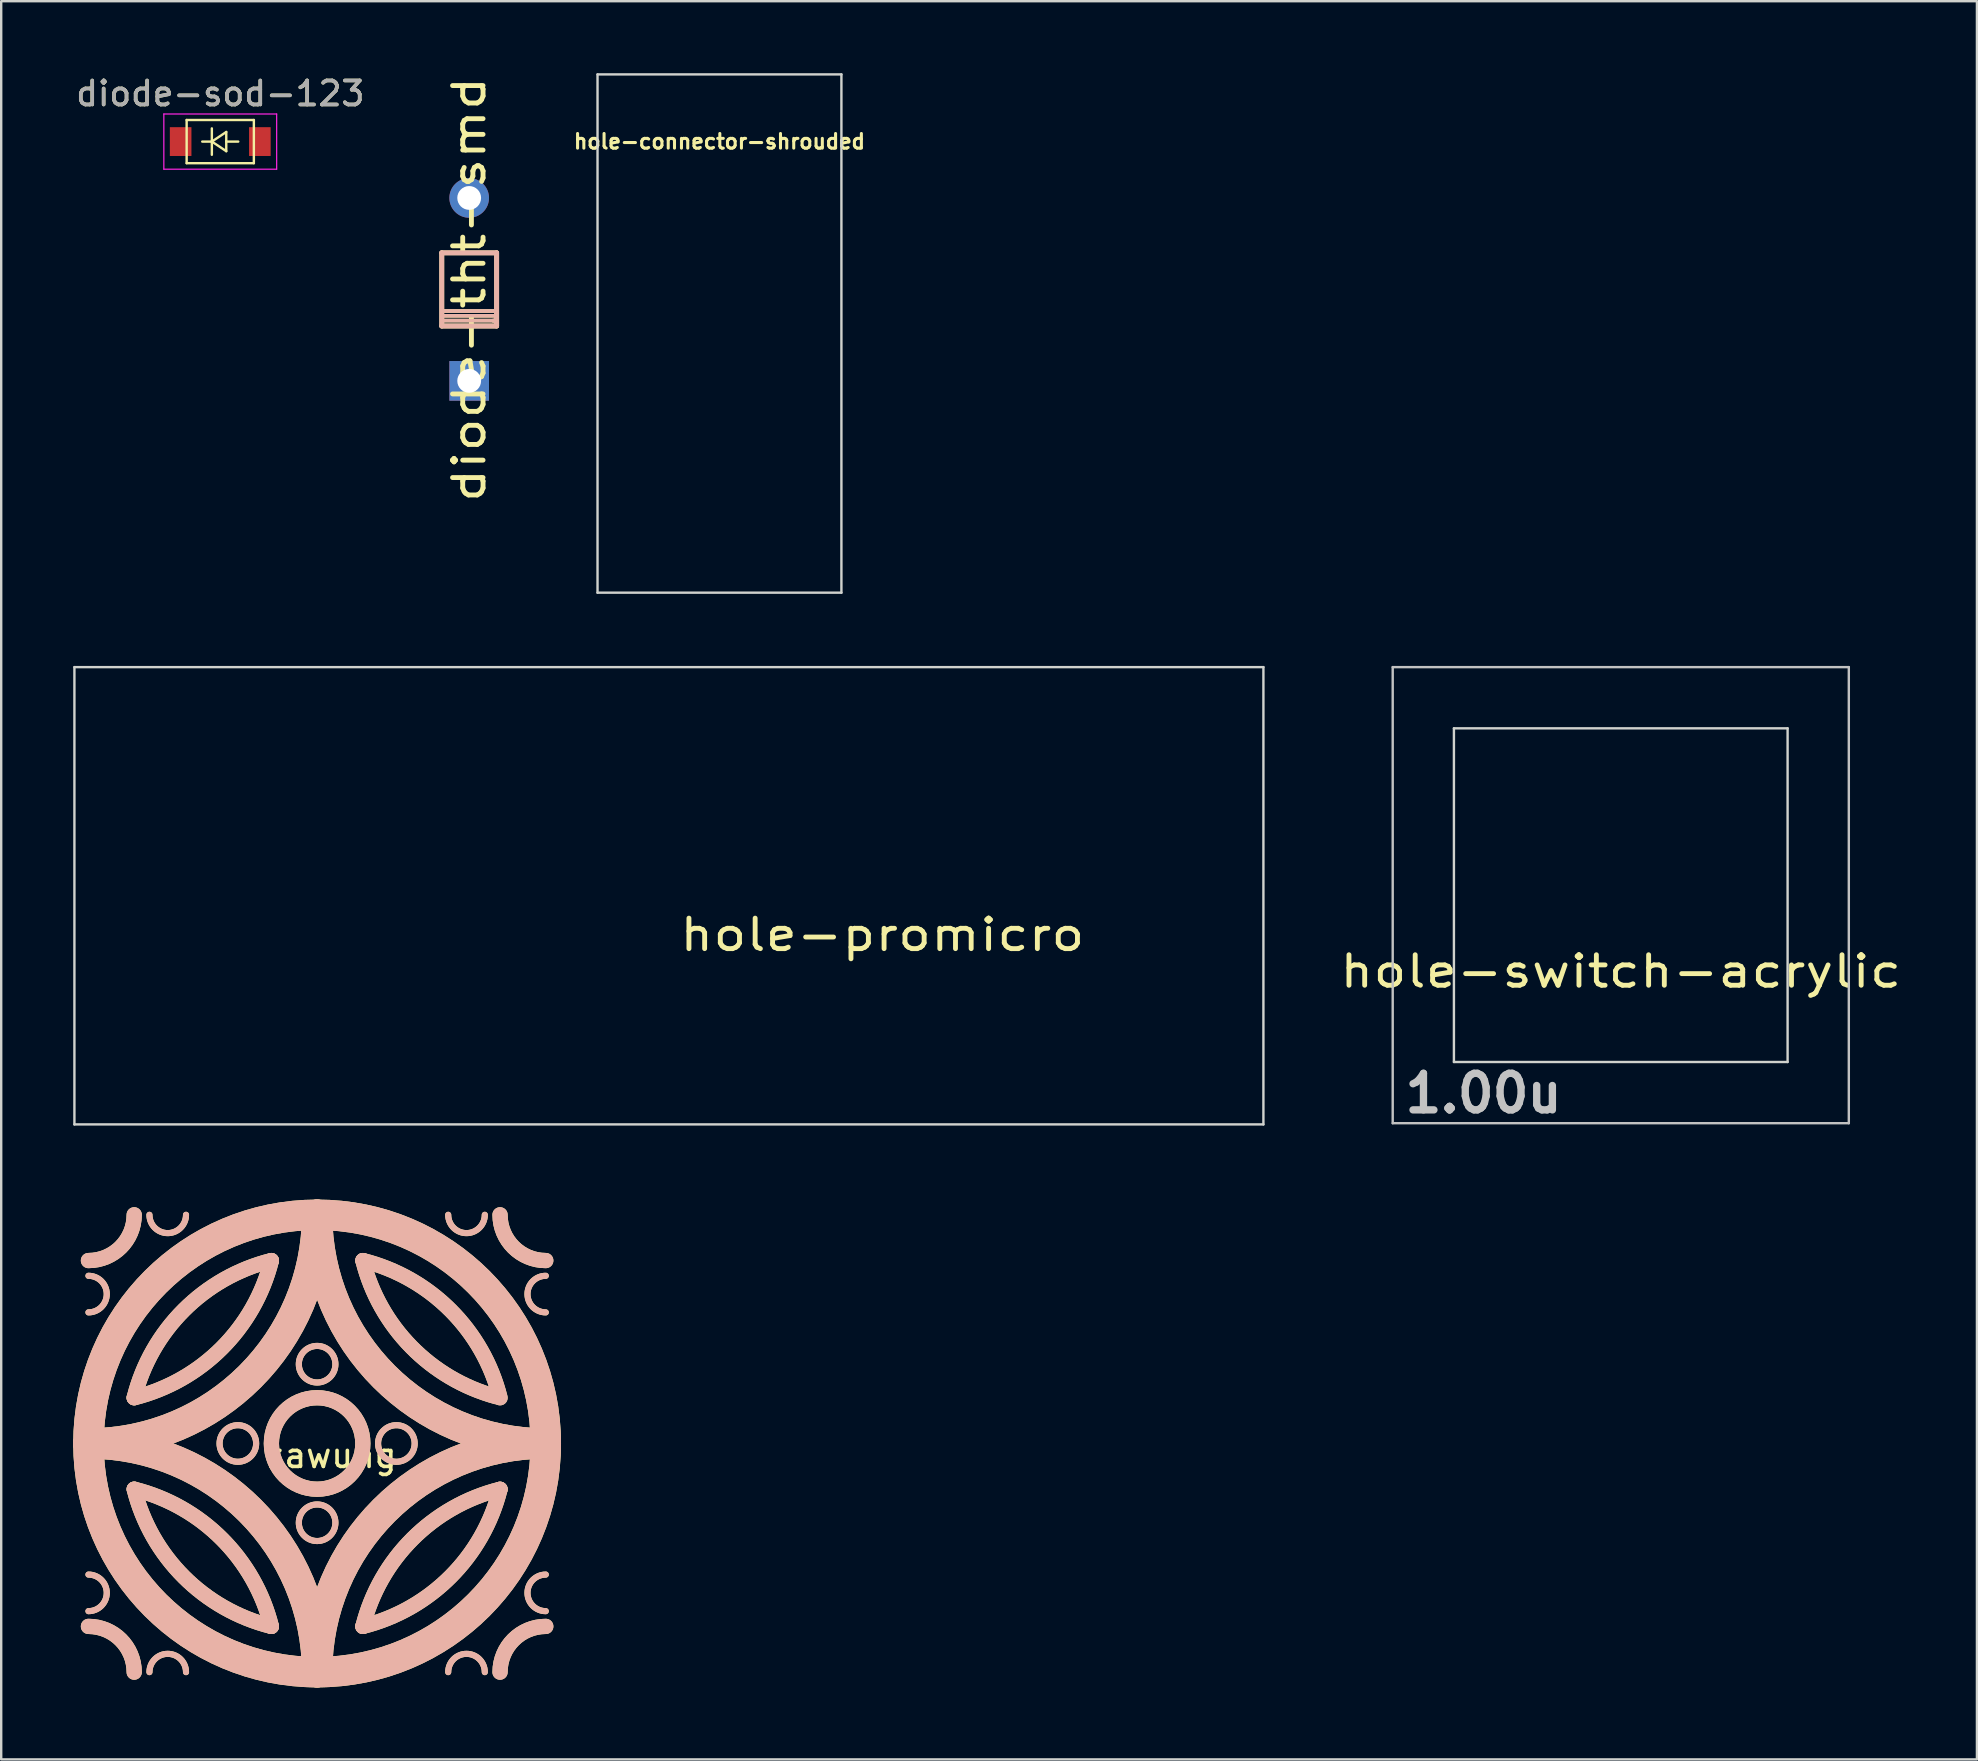
<source format=kicad_pcb>
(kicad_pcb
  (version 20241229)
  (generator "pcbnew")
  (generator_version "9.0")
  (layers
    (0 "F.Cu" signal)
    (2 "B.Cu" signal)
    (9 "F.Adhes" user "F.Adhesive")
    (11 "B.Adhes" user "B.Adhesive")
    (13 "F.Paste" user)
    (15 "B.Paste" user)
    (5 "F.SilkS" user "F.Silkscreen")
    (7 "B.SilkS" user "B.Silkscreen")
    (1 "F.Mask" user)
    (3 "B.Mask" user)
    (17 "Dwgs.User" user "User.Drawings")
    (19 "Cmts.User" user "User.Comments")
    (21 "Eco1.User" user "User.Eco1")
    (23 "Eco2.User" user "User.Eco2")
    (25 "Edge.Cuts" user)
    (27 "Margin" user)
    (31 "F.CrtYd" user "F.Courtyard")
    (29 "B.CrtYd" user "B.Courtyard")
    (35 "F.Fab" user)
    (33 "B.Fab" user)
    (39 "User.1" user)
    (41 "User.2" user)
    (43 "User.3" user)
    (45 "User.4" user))
  (footprint "hole-switch-acrylic"
    (layer "F.Cu")
    (at 64.466 34.24)
    (property "Reference" "hole-switch-acrylic" (at 0 3.175 0) (layer "F.SilkS") (effects (font (size 1.27 1.524) (thickness 0.203))))
    (attr through_hole)
    (fp_line (start -9.5 -9.5) (end 9.5 -9.5) (stroke (width 0.1) (type solid)) (layer "Dwgs.User"))
    (fp_line (start -9.5 9.5) (end -9.5 -9.5) (stroke (width 0.1) (type solid)) (layer "Dwgs.User"))
    (fp_line (start 9.5 -9.5) (end 9.5 9.5) (stroke (width 0.1) (type solid)) (layer "Dwgs.User"))
    (fp_line (start 9.5 9.5) (end -9.5 9.5) (stroke (width 0.1) (type solid)) (layer "Dwgs.User"))
    (fp_line (start -6.95 -6.95) (end 6.95 -6.95) (stroke (width 0.1) (type solid)) (layer "Edge.Cuts"))
    (fp_line (start -6.95 6.95) (end -6.95 -6.95) (stroke (width 0.1) (type solid)) (layer "Edge.Cuts"))
    (fp_line (start 6.95 -6.95) (end 6.95 6.95) (stroke (width 0.1) (type solid)) (layer "Edge.Cuts"))
    (fp_line (start 6.95 6.95) (end -6.95 6.95) (stroke (width 0.1) (type solid)) (layer "Edge.Cuts"))
    (fp_text user "1.00u" (at -5.715 8.255 0) (layer "Dwgs.User") (effects (font (size 1.524 1.524) (thickness 0.305)))))
  (footprint "kawung"
    (layer "F.Cu")
    (at 10.16 57.081)
    (property "Reference" "kawung" (at 0.569 0.5 0) (layer "F.SilkS") (effects (font (size 1 1) (thickness 0.15))))
    (attr through_hole)
    (fp_arc (start -9.525 -6.985) (mid -8.763 -6.223) (end -9.525 -5.461) (stroke (width 0.254) (type solid)) (layer "F.SilkS"))
    (fp_arc (start -9.525 0) (mid -2.789808 2.789808) (end 0 9.525) (stroke (width 1.27) (type solid)) (layer "F.SilkS"))
    (fp_arc (start -9.525 5.461) (mid -8.763 6.223) (end -9.525 6.985) (stroke (width 0.254) (type solid)) (layer "F.SilkS"))
    (fp_arc (start -9.525 7.62) (mid -8.177962 8.177962) (end -7.62 9.525) (stroke (width 0.635) (type solid)) (layer "F.SilkS"))
    (fp_arc (start -7.62 -9.525) (mid -8.177962 -8.177962) (end -9.525 -7.62) (stroke (width 0.635) (type solid)) (layer "F.SilkS"))
    (fp_arc (start -7.619083 -1.908659) (mid -5.552647 -5.555315) (end -1.904999 -7.619999) (stroke (width 0.635) (type solid)) (layer "F.SilkS"))
    (fp_arc (start -7.616341 1.905917) (mid -3.969685 3.972353) (end -1.905001 7.620001) (stroke (width 0.635) (type solid)) (layer "F.SilkS"))
    (fp_arc (start -6.985 9.525) (mid -6.223 8.763) (end -5.461 9.525) (stroke (width 0.254) (type solid)) (layer "F.SilkS"))
    (fp_arc (start -5.461 -9.525) (mid -6.223 -8.763) (end -6.985 -9.525) (stroke (width 0.254) (type solid)) (layer "F.SilkS"))
    (fp_arc (start -1.908659 7.619083) (mid -5.555315 5.552647) (end -7.619999 1.904999) (stroke (width 0.635) (type solid)) (layer "F.SilkS"))
    (fp_arc (start -1.905917 -7.616341) (mid -3.972353 -3.969685) (end -7.620001 -1.905001) (stroke (width 0.635) (type solid)) (layer "F.SilkS"))
    (fp_arc (start 0 -9.525) (mid -2.789808 -2.789808) (end -9.525 0) (stroke (width 1.27) (type solid)) (layer "F.SilkS"))
    (fp_arc (start 0 9.525) (mid 2.789808 2.789808) (end 9.525 0) (stroke (width 1.27) (type solid)) (layer "F.SilkS"))
    (fp_arc (start 1.908659 -7.619083) (mid 5.555315 -5.552647) (end 7.619999 -1.904999) (stroke (width 0.635) (type solid)) (layer "F.SilkS"))
    (fp_arc (start 1.908713 7.618873) (mid 3.973449 3.973295) (end 7.619084 1.90866) (stroke (width 0.635) (type solid)) (layer "F.SilkS"))
    (fp_arc (start 5.461 9.525) (mid 6.223 8.763) (end 6.985 9.525) (stroke (width 0.254) (type solid)) (layer "F.SilkS"))
    (fp_arc (start 6.985 -9.525) (mid 6.223 -8.763) (end 5.461 -9.525) (stroke (width 0.254) (type solid)) (layer "F.SilkS"))
    (fp_arc (start 7.459788 -1.950302) (mid 3.915465 -4.031889) (end 1.90866 -7.619084) (stroke (width 0.635) (type solid)) (layer "F.SilkS"))
    (fp_arc (start 7.619083 1.908659) (mid 5.552647 5.555315) (end 1.904999 7.619999) (stroke (width 0.635) (type solid)) (layer "F.SilkS"))
    (fp_arc (start 7.62 9.525) (mid 8.177962 8.177962) (end 9.525 7.62) (stroke (width 0.635) (type solid)) (layer "F.SilkS"))
    (fp_arc (start 9.525 -7.62) (mid 8.177962 -8.177962) (end 7.62 -9.525) (stroke (width 0.635) (type solid)) (layer "F.SilkS"))
    (fp_arc (start 9.525 -5.461) (mid 8.763 -6.223) (end 9.525 -6.985) (stroke (width 0.254) (type solid)) (layer "F.SilkS"))
    (fp_arc (start 9.525 0) (mid 2.789808 -2.789808) (end 0 -9.525) (stroke (width 1.27) (type solid)) (layer "F.SilkS"))
    (fp_arc (start 9.525 6.985) (mid 8.763 6.223) (end 9.525 5.461) (stroke (width 0.254) (type solid)) (layer "F.SilkS"))
    (fp_circle (center -3.302 0) (end -2.54 0) (stroke (width 0.254) (type solid)) (fill no) (layer "F.SilkS"))
    (fp_circle (center 0 -3.302) (end 0.762 -3.302) (stroke (width 0.254) (type solid)) (fill no) (layer "F.SilkS"))
    (fp_circle (center 0 0) (end 1.905 0) (stroke (width 0.635) (type solid)) (fill no) (layer "F.SilkS"))
    (fp_circle (center 0 0) (end 9.525 0) (stroke (width 1.27) (type solid)) (fill no) (layer "F.SilkS"))
    (fp_circle (center 0 3.302) (end 0.762 3.302) (stroke (width 0.254) (type solid)) (fill no) (layer "F.SilkS"))
    (fp_circle (center 3.302 0) (end 4.064 0) (stroke (width 0.254) (type solid)) (fill no) (layer "F.SilkS"))
    (fp_arc (start -9.525 -6.985) (mid -8.763 -6.223) (end -9.525 -5.461) (stroke (width 0.254) (type solid)) (layer "B.SilkS"))
    (fp_arc (start -9.525 0) (mid -2.789808 2.789808) (end 0 9.525) (stroke (width 1.27) (type solid)) (layer "B.SilkS"))
    (fp_arc (start -9.525 5.461) (mid -8.763 6.223) (end -9.525 6.985) (stroke (width 0.254) (type solid)) (layer "B.SilkS"))
    (fp_arc (start -9.525 7.62) (mid -8.177962 8.177962) (end -7.62 9.525) (stroke (width 0.635) (type solid)) (layer "B.SilkS"))
    (fp_arc (start -7.62 -9.525) (mid -8.177962 -8.177962) (end -9.525 -7.62) (stroke (width 0.635) (type solid)) (layer "B.SilkS"))
    (fp_arc (start -7.619083 -1.908659) (mid -5.552647 -5.555315) (end -1.904999 -7.619999) (stroke (width 0.635) (type solid)) (layer "B.SilkS"))
    (fp_arc (start -7.616341 1.905917) (mid -3.969685 3.972353) (end -1.905001 7.620001) (stroke (width 0.635) (type solid)) (layer "B.SilkS"))
    (fp_arc (start -6.985 9.525) (mid -6.223 8.763) (end -5.461 9.525) (stroke (width 0.254) (type solid)) (layer "B.SilkS"))
    (fp_arc (start -5.461 -9.525) (mid -6.223 -8.763) (end -6.985 -9.525) (stroke (width 0.254) (type solid)) (layer "B.SilkS"))
    (fp_arc (start -1.908659 7.619083) (mid -5.555315 5.552647) (end -7.619999 1.904999) (stroke (width 0.635) (type solid)) (layer "B.SilkS"))
    (fp_arc (start -1.905917 -7.616341) (mid -3.972353 -3.969685) (end -7.620001 -1.905001) (stroke (width 0.635) (type solid)) (layer "B.SilkS"))
    (fp_arc (start 0 -9.525) (mid -2.789808 -2.789808) (end -9.525 0) (stroke (width 1.27) (type solid)) (layer "B.SilkS"))
    (fp_arc (start 0 9.525) (mid 2.789808 2.789808) (end 9.525 0) (stroke (width 1.27) (type solid)) (layer "B.SilkS"))
    (fp_arc (start 1.908659 -7.619083) (mid 5.555315 -5.552647) (end 7.619999 -1.904999) (stroke (width 0.635) (type solid)) (layer "B.SilkS"))
    (fp_arc (start 1.908713 7.618873) (mid 3.973449 3.973295) (end 7.619084 1.90866) (stroke (width 0.635) (type solid)) (layer "B.SilkS"))
    (fp_arc (start 5.461 9.525) (mid 6.223 8.763) (end 6.985 9.525) (stroke (width 0.254) (type solid)) (layer "B.SilkS"))
    (fp_arc (start 6.985 -9.525) (mid 6.223 -8.763) (end 5.461 -9.525) (stroke (width 0.254) (type solid)) (layer "B.SilkS"))
    (fp_arc (start 7.459788 -1.950302) (mid 3.915465 -4.031889) (end 1.90866 -7.619084) (stroke (width 0.635) (type solid)) (layer "B.SilkS"))
    (fp_arc (start 7.619083 1.908659) (mid 5.552647 5.555315) (end 1.904999 7.619999) (stroke (width 0.635) (type solid)) (layer "B.SilkS"))
    (fp_arc (start 7.62 9.525) (mid 8.177962 8.177962) (end 9.525 7.62) (stroke (width 0.635) (type solid)) (layer "B.SilkS"))
    (fp_arc (start 9.525 -7.62) (mid 8.177962 -8.177962) (end 7.62 -9.525) (stroke (width 0.635) (type solid)) (layer "B.SilkS"))
    (fp_arc (start 9.525 -5.461) (mid 8.763 -6.223) (end 9.525 -6.985) (stroke (width 0.254) (type solid)) (layer "B.SilkS"))
    (fp_arc (start 9.525 0) (mid 2.789808 -2.789808) (end 0 -9.525) (stroke (width 1.27) (type solid)) (layer "B.SilkS"))
    (fp_arc (start 9.525 6.985) (mid 8.763 6.223) (end 9.525 5.461) (stroke (width 0.254) (type solid)) (layer "B.SilkS"))
    (fp_circle (center -3.302 0) (end -2.54 0) (stroke (width 0.254) (type solid)) (fill no) (layer "B.SilkS"))
    (fp_circle (center 0 -3.302) (end 0.762 -3.302) (stroke (width 0.254) (type solid)) (fill no) (layer "B.SilkS"))
    (fp_circle (center 0 0) (end 1.905 0) (stroke (width 0.635) (type solid)) (fill no) (layer "B.SilkS"))
    (fp_circle (center 0 0) (end 9.525 0) (stroke (width 1.27) (type solid)) (fill no) (layer "B.SilkS"))
    (fp_circle (center 0 3.302) (end 0.762 3.302) (stroke (width 0.254) (type solid)) (fill no) (layer "B.SilkS"))
    (fp_circle (center 3.302 0) (end 4.064 0) (stroke (width 0.254) (type solid)) (fill no) (layer "B.SilkS")))
  (footprint "diode-sod-123"
    (layer "F.Cu")
    (at 6.125 2.848)
    (property "Reference" "diode-sod-123" (at 0 -2 0) (layer "F.SilkS") (effects (font (size 1 1) (thickness 0.15))))
    (attr smd)
    (fp_line (start -1.4 -0.9) (end 1.4 -0.9) (stroke (width 0.1) (type solid)) (layer "F.SilkS"))
    (fp_line (start -1.4 0.9) (end -1.4 -0.9) (stroke (width 0.1) (type solid)) (layer "F.SilkS"))
    (fp_line (start -0.75 0) (end -0.35 0) (stroke (width 0.1) (type solid)) (layer "F.SilkS"))
    (fp_line (start -0.35 0) (end -0.35 -0.55) (stroke (width 0.1) (type solid)) (layer "F.SilkS"))
    (fp_line (start -0.35 0) (end -0.35 0.55) (stroke (width 0.1) (type solid)) (layer "F.SilkS"))
    (fp_line (start -0.35 0) (end 0.25 -0.4) (stroke (width 0.1) (type solid)) (layer "F.SilkS"))
    (fp_line (start 0.25 -0.4) (end 0.25 0.4) (stroke (width 0.1) (type solid)) (layer "F.SilkS"))
    (fp_line (start 0.25 0) (end 0.75 0) (stroke (width 0.1) (type solid)) (layer "F.SilkS"))
    (fp_line (start 0.25 0.4) (end -0.35 0) (stroke (width 0.1) (type solid)) (layer "F.SilkS"))
    (fp_line (start 1.4 -0.9) (end 1.4 0.9) (stroke (width 0.1) (type solid)) (layer "F.SilkS"))
    (fp_line (start 1.4 0.9) (end -1.4 0.9) (stroke (width 0.1) (type solid)) (layer "F.SilkS"))
    (fp_line (start -2.35 -1.15) (end -2.35 1.15) (stroke (width 0.05) (type solid)) (layer "F.CrtYd"))
    (fp_line (start -2.35 -1.15) (end 2.35 -1.15) (stroke (width 0.05) (type solid)) (layer "F.CrtYd"))
    (fp_line (start 2.35 -1.15) (end 2.35 1.15) (stroke (width 0.05) (type solid)) (layer "F.CrtYd"))
    (fp_line (start 2.35 1.15) (end -2.35 1.15) (stroke (width 0.05) (type solid)) (layer "F.CrtYd"))
    (fp_text user "${REFERENCE}" (at 0 -2 0) (layer "F.Fab") (effects (font (size 1 1) (thickness 0.15))))
    (pad "1" smd rect (at -1.65 0) (size 0.9 1.2) (layers "F.Cu" "F.Mask" "F.Paste"))
    (pad "2" smd rect (at 1.65 0) (size 0.9 1.2) (layers "F.Cu" "F.Mask" "F.Paste")))
  (footprint "hole-connector-shrouded"
    (layer "F.Cu")
    (at 26.921 10.845)
    (property "Reference" "hole-connector-shrouded" (at 0 -8 0) (layer "F.SilkS") (effects (font (size 0.61 0.61) (thickness 0.127))))
    (attr through_hole)
    (fp_line (start -5.08 -10.795) (end 5.08 -10.795) (stroke (width 0.1) (type solid)) (layer "Edge.Cuts"))
    (fp_line (start -5.08 10.795) (end -5.08 -10.795) (stroke (width 0.1) (type solid)) (layer "Edge.Cuts"))
    (fp_line (start 5.08 -10.795) (end 5.08 10.795) (stroke (width 0.1) (type solid)) (layer "Edge.Cuts"))
    (fp_line (start 5.08 10.795) (end -5.08 10.795) (stroke (width 0.1) (type solid)) (layer "Edge.Cuts")))
  (footprint "diode-tht-smd"
    (layer "F.Cu")
    (at 16.495 9.006)
    (property "Reference" "diode-tht-smd" (at 0 0 270) (layer "F.SilkS") (effects (font (size 1.27 1.524) (thickness 0.203))))
    (attr through_hole)
    (fp_line (start -1.143 -1.524) (end 1.143 -1.524) (stroke (width 0.203) (type solid)) (layer "F.SilkS"))
    (fp_line (start -1.143 1.524) (end -1.143 -1.524) (stroke (width 0.203) (type solid)) (layer "F.SilkS"))
    (fp_line (start -1.1 0.9) (end 1.1 0.9) (stroke (width 0.15) (type solid)) (layer "F.SilkS"))
    (fp_line (start -1.1 1.3) (end 1 1.3) (stroke (width 0.15) (type solid)) (layer "F.SilkS"))
    (fp_line (start 1 1.3) (end 1.1 1.3) (stroke (width 0.15) (type solid)) (layer "F.SilkS"))
    (fp_line (start 1.1 1.1) (end -1.1 1.1) (stroke (width 0.15) (type solid)) (layer "F.SilkS"))
    (fp_line (start 1.1 1.3) (end 1 1.3) (stroke (width 0.15) (type solid)) (layer "F.SilkS"))
    (fp_line (start 1.143 -1.524) (end 1.143 1.524) (stroke (width 0.203) (type solid)) (layer "F.SilkS"))
    (fp_line (start 1.143 1.524) (end -1.143 1.524) (stroke (width 0.203) (type solid)) (layer "F.SilkS"))
    (fp_line (start -1.143 -1.524) (end 1.143 -1.524) (stroke (width 0.203) (type solid)) (layer "B.SilkS"))
    (fp_line (start -1.143 1.524) (end -1.143 -1.524) (stroke (width 0.203) (type solid)) (layer "B.SilkS"))
    (fp_line (start -1.1 0.9) (end 1.1 0.9) (stroke (width 0.15) (type solid)) (layer "B.SilkS"))
    (fp_line (start -1.1 1.3) (end 1 1.3) (stroke (width 0.15) (type solid)) (layer "B.SilkS"))
    (fp_line (start 1 1.3) (end 1.1 1.3) (stroke (width 0.15) (type solid)) (layer "B.SilkS"))
    (fp_line (start 1.1 1.1) (end -1.1 1.1) (stroke (width 0.15) (type solid)) (layer "B.SilkS"))
    (fp_line (start 1.1 1.3) (end 1 1.3) (stroke (width 0.15) (type solid)) (layer "B.SilkS"))
    (fp_line (start 1.143 -1.524) (end 1.143 1.524) (stroke (width 0.203) (type solid)) (layer "B.SilkS"))
    (fp_line (start 1.143 1.524) (end -1.143 1.524) (stroke (width 0.203) (type solid)) (layer "B.SilkS"))
    (pad "1" thru_hole rect (at 0 3.81 270) (size 1.651 1.651) (drill 0.991) (layers "*.Cu" "*.Mask"))
    (pad "2" thru_hole circle (at 0 -3.81 270) (size 1.651 1.651) (drill 0.991) (layers "*.Cu" "*.Mask")))
  (footprint "hole-promicro"
    (layer "F.Cu")
    (at 33.705 34.265)
    (property "Reference" "hole-promicro" (at 0 1.625 0) (layer "F.SilkS") (effects (font (size 1.27 1.524) (thickness 0.203))))
    (attr through_hole)
    (fp_line (start -33.655 -9.525) (end 15.875 -9.525) (stroke (width 0.1) (type solid)) (layer "Edge.Cuts"))
    (fp_line (start -33.655 9.525) (end -33.655 -9.525) (stroke (width 0.1) (type solid)) (layer "Edge.Cuts"))
    (fp_line (start 15.875 -9.525) (end 15.875 9.525) (stroke (width 0.1) (type solid)) (layer "Edge.Cuts"))
    (fp_line (start 15.875 9.525) (end -33.655 9.525) (stroke (width 0.1) (type solid)) (layer "Edge.Cuts")))
  (gr_rect
    (start -3 -3)
    (end 79.303 70.241)
    (stroke (width 0.1) (type default))
    (fill no)
    (layer "Edge.Cuts")))
</source>
